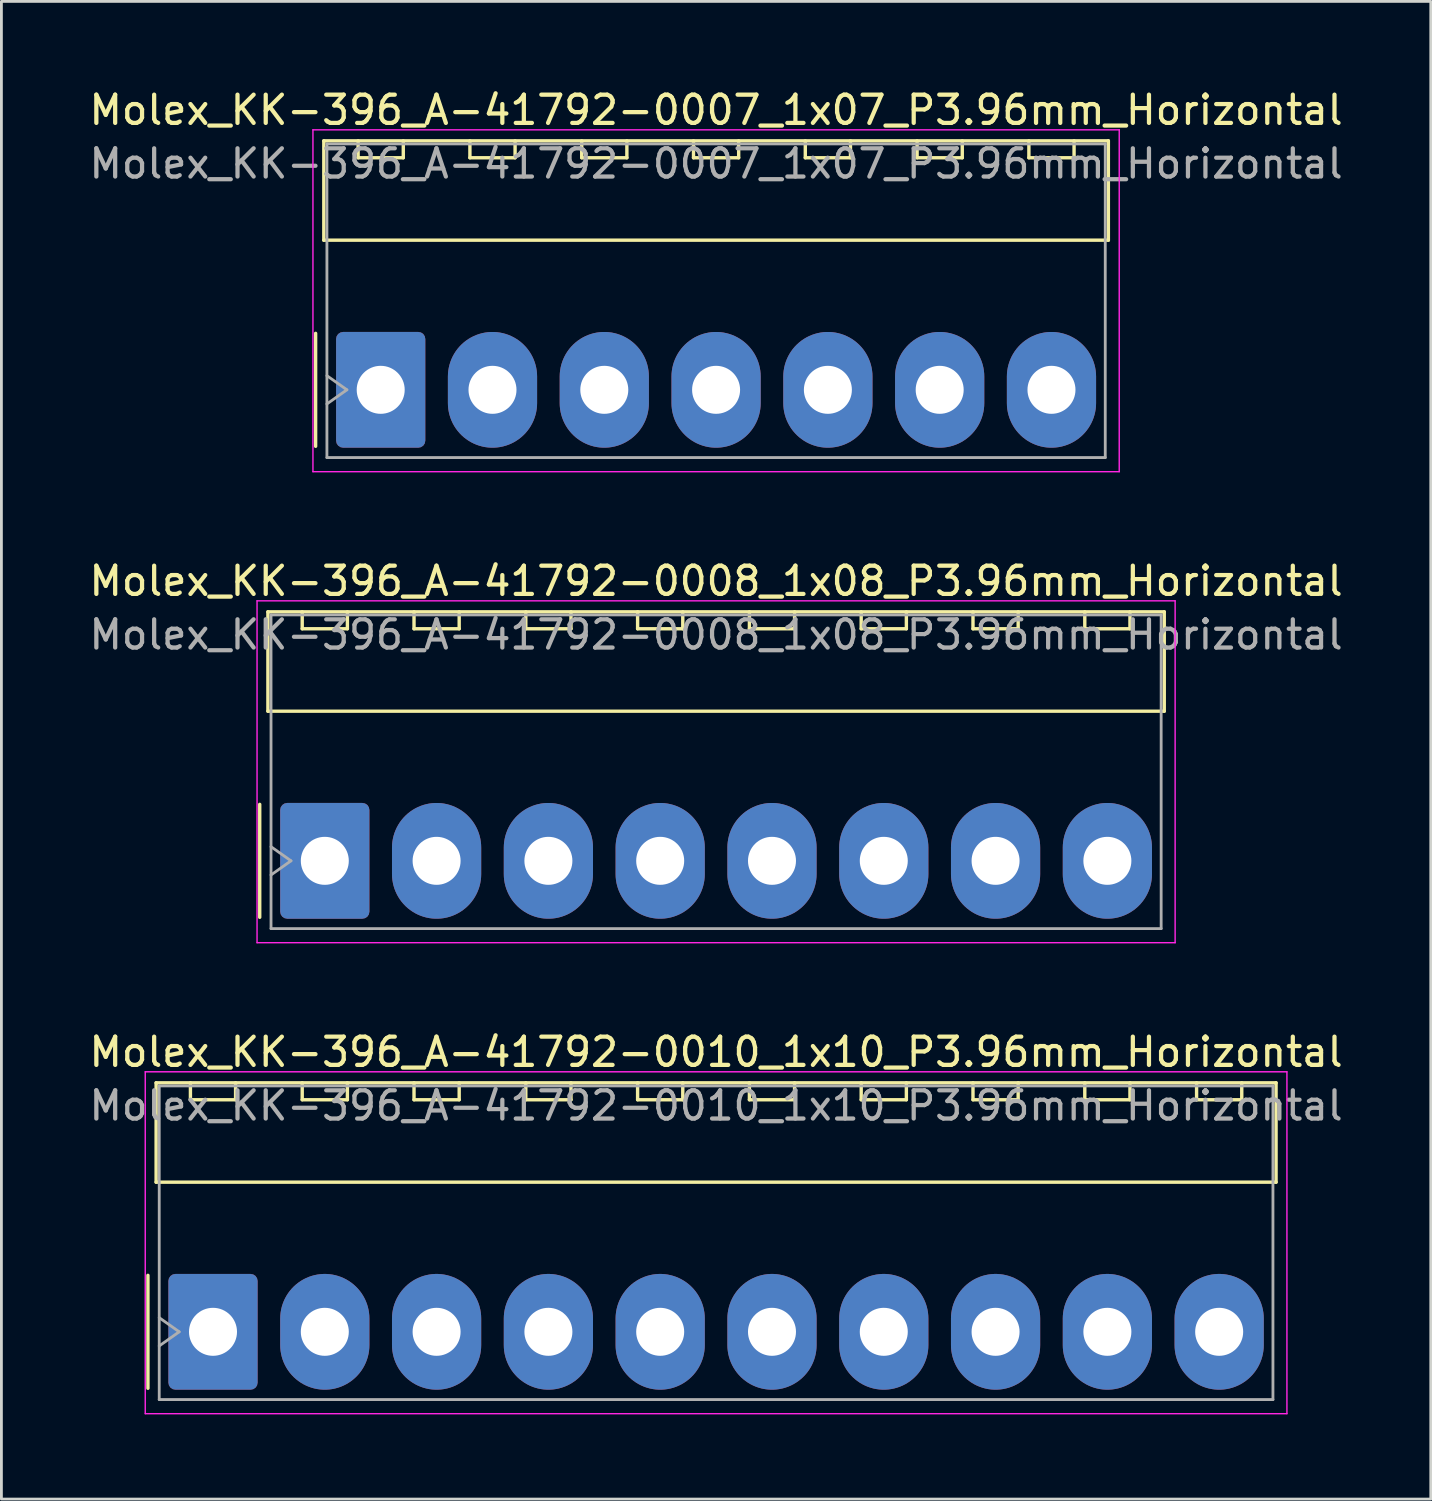
<source format=kicad_pcb>
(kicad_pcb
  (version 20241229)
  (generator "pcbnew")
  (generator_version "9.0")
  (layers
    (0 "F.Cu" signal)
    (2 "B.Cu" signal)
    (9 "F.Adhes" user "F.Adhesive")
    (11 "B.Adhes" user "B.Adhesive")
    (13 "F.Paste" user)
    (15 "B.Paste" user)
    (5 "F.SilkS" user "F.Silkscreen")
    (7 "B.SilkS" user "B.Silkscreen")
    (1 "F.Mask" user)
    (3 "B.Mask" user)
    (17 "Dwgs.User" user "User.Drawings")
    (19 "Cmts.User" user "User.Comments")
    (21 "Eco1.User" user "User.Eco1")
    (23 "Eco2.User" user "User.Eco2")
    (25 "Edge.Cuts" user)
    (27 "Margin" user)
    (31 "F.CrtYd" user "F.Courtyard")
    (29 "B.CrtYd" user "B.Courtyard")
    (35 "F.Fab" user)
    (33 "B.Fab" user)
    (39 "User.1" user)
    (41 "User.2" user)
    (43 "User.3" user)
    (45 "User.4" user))
  (footprint "Molex_KK-396_A-41792-0008_1x08_P3.96mm_Horizontal"
    (layer "F.Cu")
    (at 8.455 27.442)
    (property "Reference" "Molex_KK-396_A-41792-0008_1x08_P3.96mm_Horizontal" (at 13.86 -9.91 0) (layer "F.SilkS") (effects (font (size 1 1) (thickness 0.15))))
    (attr through_hole)
    (fp_line (start -2.305 -2) (end -2.305 2) (stroke (width 0.12) (type solid)) (layer "F.SilkS"))
    (fp_line (start -2.015 -8.82) (end 29.735 -8.82) (stroke (width 0.12) (type solid)) (layer "F.SilkS"))
    (fp_line (start -2.015 -5.3) (end -2.015 -8.82) (stroke (width 0.12) (type solid)) (layer "F.SilkS"))
    (fp_line (start -0.8 -8.82) (end -0.8 -8.22) (stroke (width 0.12) (type solid)) (layer "F.SilkS"))
    (fp_line (start -0.8 -8.22) (end 0.8 -8.22) (stroke (width 0.12) (type solid)) (layer "F.SilkS"))
    (fp_line (start 0.8 -8.22) (end 0.8 -8.82) (stroke (width 0.12) (type solid)) (layer "F.SilkS"))
    (fp_line (start 3.16 -8.82) (end 3.16 -8.22) (stroke (width 0.12) (type solid)) (layer "F.SilkS"))
    (fp_line (start 3.16 -8.22) (end 4.76 -8.22) (stroke (width 0.12) (type solid)) (layer "F.SilkS"))
    (fp_line (start 4.76 -8.22) (end 4.76 -8.82) (stroke (width 0.12) (type solid)) (layer "F.SilkS"))
    (fp_line (start 7.12 -8.82) (end 7.12 -8.22) (stroke (width 0.12) (type solid)) (layer "F.SilkS"))
    (fp_line (start 7.12 -8.22) (end 8.72 -8.22) (stroke (width 0.12) (type solid)) (layer "F.SilkS"))
    (fp_line (start 8.72 -8.22) (end 8.72 -8.82) (stroke (width 0.12) (type solid)) (layer "F.SilkS"))
    (fp_line (start 11.08 -8.82) (end 11.08 -8.22) (stroke (width 0.12) (type solid)) (layer "F.SilkS"))
    (fp_line (start 11.08 -8.22) (end 12.68 -8.22) (stroke (width 0.12) (type solid)) (layer "F.SilkS"))
    (fp_line (start 12.68 -8.22) (end 12.68 -8.82) (stroke (width 0.12) (type solid)) (layer "F.SilkS"))
    (fp_line (start 15.04 -8.82) (end 15.04 -8.22) (stroke (width 0.12) (type solid)) (layer "F.SilkS"))
    (fp_line (start 15.04 -8.22) (end 16.64 -8.22) (stroke (width 0.12) (type solid)) (layer "F.SilkS"))
    (fp_line (start 16.64 -8.22) (end 16.64 -8.82) (stroke (width 0.12) (type solid)) (layer "F.SilkS"))
    (fp_line (start 19 -8.82) (end 19 -8.22) (stroke (width 0.12) (type solid)) (layer "F.SilkS"))
    (fp_line (start 19 -8.22) (end 20.6 -8.22) (stroke (width 0.12) (type solid)) (layer "F.SilkS"))
    (fp_line (start 20.6 -8.22) (end 20.6 -8.82) (stroke (width 0.12) (type solid)) (layer "F.SilkS"))
    (fp_line (start 22.96 -8.82) (end 22.96 -8.22) (stroke (width 0.12) (type solid)) (layer "F.SilkS"))
    (fp_line (start 22.96 -8.22) (end 24.56 -8.22) (stroke (width 0.12) (type solid)) (layer "F.SilkS"))
    (fp_line (start 24.56 -8.22) (end 24.56 -8.82) (stroke (width 0.12) (type solid)) (layer "F.SilkS"))
    (fp_line (start 26.92 -8.82) (end 26.92 -8.22) (stroke (width 0.12) (type solid)) (layer "F.SilkS"))
    (fp_line (start 26.92 -8.22) (end 28.52 -8.22) (stroke (width 0.12) (type solid)) (layer "F.SilkS"))
    (fp_line (start 28.52 -8.22) (end 28.52 -8.82) (stroke (width 0.12) (type solid)) (layer "F.SilkS"))
    (fp_line (start 29.735 -8.82) (end 29.735 -5.3) (stroke (width 0.12) (type solid)) (layer "F.SilkS"))
    (fp_line (start 29.735 -5.3) (end -2.015 -5.3) (stroke (width 0.12) (type solid)) (layer "F.SilkS"))
    (fp_line (start -2.4 -9.21) (end -2.4 2.9) (stroke (width 0.05) (type solid)) (layer "F.CrtYd"))
    (fp_line (start -2.4 2.9) (end 30.12 2.9) (stroke (width 0.05) (type solid)) (layer "F.CrtYd"))
    (fp_line (start 30.12 -9.21) (end -2.4 -9.21) (stroke (width 0.05) (type solid)) (layer "F.CrtYd"))
    (fp_line (start 30.12 2.9) (end 30.12 -9.21) (stroke (width 0.05) (type solid)) (layer "F.CrtYd"))
    (fp_line (start -1.905 -8.71) (end 29.625 -8.71) (stroke (width 0.1) (type solid)) (layer "F.Fab"))
    (fp_line (start -1.905 -0.5) (end -1.198 0) (stroke (width 0.1) (type solid)) (layer "F.Fab"))
    (fp_line (start -1.905 2.4) (end -1.905 -8.71) (stroke (width 0.1) (type solid)) (layer "F.Fab"))
    (fp_line (start -1.198 0) (end -1.905 0.5) (stroke (width 0.1) (type solid)) (layer "F.Fab"))
    (fp_line (start 29.625 -8.71) (end 29.625 2.4) (stroke (width 0.1) (type solid)) (layer "F.Fab"))
    (fp_line (start 29.625 2.4) (end -1.905 2.4) (stroke (width 0.1) (type solid)) (layer "F.Fab"))
    (fp_text user "${REFERENCE}" (at 13.86 -8.01 0) (layer "F.Fab") (effects (font (size 1 1) (thickness 0.15))))
    (pad "1" thru_hole roundrect (at 0 0) (size 3.16 4.1) (drill 1.7) (layers "*.Cu" "*.Mask") (roundrect_rratio 0.079))
    (pad "2" thru_hole oval (at 3.96 0) (size 3.16 4.1) (drill 1.7) (layers "*.Cu" "*.Mask"))
    (pad "3" thru_hole oval (at 7.92 0) (size 3.16 4.1) (drill 1.7) (layers "*.Cu" "*.Mask"))
    (pad "4" thru_hole oval (at 11.88 0) (size 3.16 4.1) (drill 1.7) (layers "*.Cu" "*.Mask"))
    (pad "5" thru_hole oval (at 15.84 0) (size 3.16 4.1) (drill 1.7) (layers "*.Cu" "*.Mask"))
    (pad "6" thru_hole oval (at 19.8 0) (size 3.16 4.1) (drill 1.7) (layers "*.Cu" "*.Mask"))
    (pad "7" thru_hole oval (at 23.76 0) (size 3.16 4.1) (drill 1.7) (layers "*.Cu" "*.Mask"))
    (pad "8" thru_hole oval (at 27.72 0) (size 3.16 4.1) (drill 1.7) (layers "*.Cu" "*.Mask")))
  (footprint "Molex_KK-396_A-41792-0007_1x07_P3.96mm_Horizontal"
    (layer "F.Cu")
    (at 10.435 10.758)
    (property "Reference" "Molex_KK-396_A-41792-0007_1x07_P3.96mm_Horizontal" (at 11.88 -9.91 0) (layer "F.SilkS") (effects (font (size 1 1) (thickness 0.15))))
    (attr through_hole)
    (fp_line (start -2.305 -2) (end -2.305 2) (stroke (width 0.12) (type solid)) (layer "F.SilkS"))
    (fp_line (start -2.015 -8.82) (end 25.775 -8.82) (stroke (width 0.12) (type solid)) (layer "F.SilkS"))
    (fp_line (start -2.015 -5.3) (end -2.015 -8.82) (stroke (width 0.12) (type solid)) (layer "F.SilkS"))
    (fp_line (start -0.8 -8.82) (end -0.8 -8.22) (stroke (width 0.12) (type solid)) (layer "F.SilkS"))
    (fp_line (start -0.8 -8.22) (end 0.8 -8.22) (stroke (width 0.12) (type solid)) (layer "F.SilkS"))
    (fp_line (start 0.8 -8.22) (end 0.8 -8.82) (stroke (width 0.12) (type solid)) (layer "F.SilkS"))
    (fp_line (start 3.16 -8.82) (end 3.16 -8.22) (stroke (width 0.12) (type solid)) (layer "F.SilkS"))
    (fp_line (start 3.16 -8.22) (end 4.76 -8.22) (stroke (width 0.12) (type solid)) (layer "F.SilkS"))
    (fp_line (start 4.76 -8.22) (end 4.76 -8.82) (stroke (width 0.12) (type solid)) (layer "F.SilkS"))
    (fp_line (start 7.12 -8.82) (end 7.12 -8.22) (stroke (width 0.12) (type solid)) (layer "F.SilkS"))
    (fp_line (start 7.12 -8.22) (end 8.72 -8.22) (stroke (width 0.12) (type solid)) (layer "F.SilkS"))
    (fp_line (start 8.72 -8.22) (end 8.72 -8.82) (stroke (width 0.12) (type solid)) (layer "F.SilkS"))
    (fp_line (start 11.08 -8.82) (end 11.08 -8.22) (stroke (width 0.12) (type solid)) (layer "F.SilkS"))
    (fp_line (start 11.08 -8.22) (end 12.68 -8.22) (stroke (width 0.12) (type solid)) (layer "F.SilkS"))
    (fp_line (start 12.68 -8.22) (end 12.68 -8.82) (stroke (width 0.12) (type solid)) (layer "F.SilkS"))
    (fp_line (start 15.04 -8.82) (end 15.04 -8.22) (stroke (width 0.12) (type solid)) (layer "F.SilkS"))
    (fp_line (start 15.04 -8.22) (end 16.64 -8.22) (stroke (width 0.12) (type solid)) (layer "F.SilkS"))
    (fp_line (start 16.64 -8.22) (end 16.64 -8.82) (stroke (width 0.12) (type solid)) (layer "F.SilkS"))
    (fp_line (start 19 -8.82) (end 19 -8.22) (stroke (width 0.12) (type solid)) (layer "F.SilkS"))
    (fp_line (start 19 -8.22) (end 20.6 -8.22) (stroke (width 0.12) (type solid)) (layer "F.SilkS"))
    (fp_line (start 20.6 -8.22) (end 20.6 -8.82) (stroke (width 0.12) (type solid)) (layer "F.SilkS"))
    (fp_line (start 22.96 -8.82) (end 22.96 -8.22) (stroke (width 0.12) (type solid)) (layer "F.SilkS"))
    (fp_line (start 22.96 -8.22) (end 24.56 -8.22) (stroke (width 0.12) (type solid)) (layer "F.SilkS"))
    (fp_line (start 24.56 -8.22) (end 24.56 -8.82) (stroke (width 0.12) (type solid)) (layer "F.SilkS"))
    (fp_line (start 25.775 -8.82) (end 25.775 -5.3) (stroke (width 0.12) (type solid)) (layer "F.SilkS"))
    (fp_line (start 25.775 -5.3) (end -2.015 -5.3) (stroke (width 0.12) (type solid)) (layer "F.SilkS"))
    (fp_line (start -2.4 -9.21) (end -2.4 2.9) (stroke (width 0.05) (type solid)) (layer "F.CrtYd"))
    (fp_line (start -2.4 2.9) (end 26.16 2.9) (stroke (width 0.05) (type solid)) (layer "F.CrtYd"))
    (fp_line (start 26.16 -9.21) (end -2.4 -9.21) (stroke (width 0.05) (type solid)) (layer "F.CrtYd"))
    (fp_line (start 26.16 2.9) (end 26.16 -9.21) (stroke (width 0.05) (type solid)) (layer "F.CrtYd"))
    (fp_line (start -1.905 -8.71) (end 25.665 -8.71) (stroke (width 0.1) (type solid)) (layer "F.Fab"))
    (fp_line (start -1.905 -0.5) (end -1.198 0) (stroke (width 0.1) (type solid)) (layer "F.Fab"))
    (fp_line (start -1.905 2.4) (end -1.905 -8.71) (stroke (width 0.1) (type solid)) (layer "F.Fab"))
    (fp_line (start -1.198 0) (end -1.905 0.5) (stroke (width 0.1) (type solid)) (layer "F.Fab"))
    (fp_line (start 25.665 -8.71) (end 25.665 2.4) (stroke (width 0.1) (type solid)) (layer "F.Fab"))
    (fp_line (start 25.665 2.4) (end -1.905 2.4) (stroke (width 0.1) (type solid)) (layer "F.Fab"))
    (fp_text user "${REFERENCE}" (at 11.88 -8.01 0) (layer "F.Fab") (effects (font (size 1 1) (thickness 0.15))))
    (pad "1" thru_hole roundrect (at 0 0) (size 3.16 4.1) (drill 1.7) (layers "*.Cu" "*.Mask") (roundrect_rratio 0.079))
    (pad "2" thru_hole oval (at 3.96 0) (size 3.16 4.1) (drill 1.7) (layers "*.Cu" "*.Mask"))
    (pad "3" thru_hole oval (at 7.92 0) (size 3.16 4.1) (drill 1.7) (layers "*.Cu" "*.Mask"))
    (pad "4" thru_hole oval (at 11.88 0) (size 3.16 4.1) (drill 1.7) (layers "*.Cu" "*.Mask"))
    (pad "5" thru_hole oval (at 15.84 0) (size 3.16 4.1) (drill 1.7) (layers "*.Cu" "*.Mask"))
    (pad "6" thru_hole oval (at 19.8 0) (size 3.16 4.1) (drill 1.7) (layers "*.Cu" "*.Mask"))
    (pad "7" thru_hole oval (at 23.76 0) (size 3.16 4.1) (drill 1.7) (layers "*.Cu" "*.Mask")))
  (footprint "Molex_KK-396_A-41792-0010_1x10_P3.96mm_Horizontal"
    (layer "F.Cu")
    (at 4.495 44.125)
    (property "Reference" "Molex_KK-396_A-41792-0010_1x10_P3.96mm_Horizontal" (at 17.82 -9.91 0) (layer "F.SilkS") (effects (font (size 1 1) (thickness 0.15))))
    (attr through_hole)
    (fp_line (start -2.305 -2) (end -2.305 2) (stroke (width 0.12) (type solid)) (layer "F.SilkS"))
    (fp_line (start -2.015 -8.82) (end 37.655 -8.82) (stroke (width 0.12) (type solid)) (layer "F.SilkS"))
    (fp_line (start -2.015 -5.3) (end -2.015 -8.82) (stroke (width 0.12) (type solid)) (layer "F.SilkS"))
    (fp_line (start -0.8 -8.82) (end -0.8 -8.22) (stroke (width 0.12) (type solid)) (layer "F.SilkS"))
    (fp_line (start -0.8 -8.22) (end 0.8 -8.22) (stroke (width 0.12) (type solid)) (layer "F.SilkS"))
    (fp_line (start 0.8 -8.22) (end 0.8 -8.82) (stroke (width 0.12) (type solid)) (layer "F.SilkS"))
    (fp_line (start 3.16 -8.82) (end 3.16 -8.22) (stroke (width 0.12) (type solid)) (layer "F.SilkS"))
    (fp_line (start 3.16 -8.22) (end 4.76 -8.22) (stroke (width 0.12) (type solid)) (layer "F.SilkS"))
    (fp_line (start 4.76 -8.22) (end 4.76 -8.82) (stroke (width 0.12) (type solid)) (layer "F.SilkS"))
    (fp_line (start 7.12 -8.82) (end 7.12 -8.22) (stroke (width 0.12) (type solid)) (layer "F.SilkS"))
    (fp_line (start 7.12 -8.22) (end 8.72 -8.22) (stroke (width 0.12) (type solid)) (layer "F.SilkS"))
    (fp_line (start 8.72 -8.22) (end 8.72 -8.82) (stroke (width 0.12) (type solid)) (layer "F.SilkS"))
    (fp_line (start 11.08 -8.82) (end 11.08 -8.22) (stroke (width 0.12) (type solid)) (layer "F.SilkS"))
    (fp_line (start 11.08 -8.22) (end 12.68 -8.22) (stroke (width 0.12) (type solid)) (layer "F.SilkS"))
    (fp_line (start 12.68 -8.22) (end 12.68 -8.82) (stroke (width 0.12) (type solid)) (layer "F.SilkS"))
    (fp_line (start 15.04 -8.82) (end 15.04 -8.22) (stroke (width 0.12) (type solid)) (layer "F.SilkS"))
    (fp_line (start 15.04 -8.22) (end 16.64 -8.22) (stroke (width 0.12) (type solid)) (layer "F.SilkS"))
    (fp_line (start 16.64 -8.22) (end 16.64 -8.82) (stroke (width 0.12) (type solid)) (layer "F.SilkS"))
    (fp_line (start 19 -8.82) (end 19 -8.22) (stroke (width 0.12) (type solid)) (layer "F.SilkS"))
    (fp_line (start 19 -8.22) (end 20.6 -8.22) (stroke (width 0.12) (type solid)) (layer "F.SilkS"))
    (fp_line (start 20.6 -8.22) (end 20.6 -8.82) (stroke (width 0.12) (type solid)) (layer "F.SilkS"))
    (fp_line (start 22.96 -8.82) (end 22.96 -8.22) (stroke (width 0.12) (type solid)) (layer "F.SilkS"))
    (fp_line (start 22.96 -8.22) (end 24.56 -8.22) (stroke (width 0.12) (type solid)) (layer "F.SilkS"))
    (fp_line (start 24.56 -8.22) (end 24.56 -8.82) (stroke (width 0.12) (type solid)) (layer "F.SilkS"))
    (fp_line (start 26.92 -8.82) (end 26.92 -8.22) (stroke (width 0.12) (type solid)) (layer "F.SilkS"))
    (fp_line (start 26.92 -8.22) (end 28.52 -8.22) (stroke (width 0.12) (type solid)) (layer "F.SilkS"))
    (fp_line (start 28.52 -8.22) (end 28.52 -8.82) (stroke (width 0.12) (type solid)) (layer "F.SilkS"))
    (fp_line (start 30.88 -8.82) (end 30.88 -8.22) (stroke (width 0.12) (type solid)) (layer "F.SilkS"))
    (fp_line (start 30.88 -8.22) (end 32.48 -8.22) (stroke (width 0.12) (type solid)) (layer "F.SilkS"))
    (fp_line (start 32.48 -8.22) (end 32.48 -8.82) (stroke (width 0.12) (type solid)) (layer "F.SilkS"))
    (fp_line (start 34.84 -8.82) (end 34.84 -8.22) (stroke (width 0.12) (type solid)) (layer "F.SilkS"))
    (fp_line (start 34.84 -8.22) (end 36.44 -8.22) (stroke (width 0.12) (type solid)) (layer "F.SilkS"))
    (fp_line (start 36.44 -8.22) (end 36.44 -8.82) (stroke (width 0.12) (type solid)) (layer "F.SilkS"))
    (fp_line (start 37.655 -8.82) (end 37.655 -5.3) (stroke (width 0.12) (type solid)) (layer "F.SilkS"))
    (fp_line (start 37.655 -5.3) (end -2.015 -5.3) (stroke (width 0.12) (type solid)) (layer "F.SilkS"))
    (fp_line (start -2.4 -9.21) (end -2.4 2.9) (stroke (width 0.05) (type solid)) (layer "F.CrtYd"))
    (fp_line (start -2.4 2.9) (end 38.04 2.9) (stroke (width 0.05) (type solid)) (layer "F.CrtYd"))
    (fp_line (start 38.04 -9.21) (end -2.4 -9.21) (stroke (width 0.05) (type solid)) (layer "F.CrtYd"))
    (fp_line (start 38.04 2.9) (end 38.04 -9.21) (stroke (width 0.05) (type solid)) (layer "F.CrtYd"))
    (fp_line (start -1.905 -8.71) (end 37.545 -8.71) (stroke (width 0.1) (type solid)) (layer "F.Fab"))
    (fp_line (start -1.905 -0.5) (end -1.198 0) (stroke (width 0.1) (type solid)) (layer "F.Fab"))
    (fp_line (start -1.905 2.4) (end -1.905 -8.71) (stroke (width 0.1) (type solid)) (layer "F.Fab"))
    (fp_line (start -1.198 0) (end -1.905 0.5) (stroke (width 0.1) (type solid)) (layer "F.Fab"))
    (fp_line (start 37.545 -8.71) (end 37.545 2.4) (stroke (width 0.1) (type solid)) (layer "F.Fab"))
    (fp_line (start 37.545 2.4) (end -1.905 2.4) (stroke (width 0.1) (type solid)) (layer "F.Fab"))
    (fp_text user "${REFERENCE}" (at 17.82 -8.01 0) (layer "F.Fab") (effects (font (size 1 1) (thickness 0.15))))
    (pad "1" thru_hole roundrect (at 0 0) (size 3.16 4.1) (drill 1.7) (layers "*.Cu" "*.Mask") (roundrect_rratio 0.079))
    (pad "2" thru_hole oval (at 3.96 0) (size 3.16 4.1) (drill 1.7) (layers "*.Cu" "*.Mask"))
    (pad "3" thru_hole oval (at 7.92 0) (size 3.16 4.1) (drill 1.7) (layers "*.Cu" "*.Mask"))
    (pad "4" thru_hole oval (at 11.88 0) (size 3.16 4.1) (drill 1.7) (layers "*.Cu" "*.Mask"))
    (pad "5" thru_hole oval (at 15.84 0) (size 3.16 4.1) (drill 1.7) (layers "*.Cu" "*.Mask"))
    (pad "6" thru_hole oval (at 19.8 0) (size 3.16 4.1) (drill 1.7) (layers "*.Cu" "*.Mask"))
    (pad "7" thru_hole oval (at 23.76 0) (size 3.16 4.1) (drill 1.7) (layers "*.Cu" "*.Mask"))
    (pad "8" thru_hole oval (at 27.72 0) (size 3.16 4.1) (drill 1.7) (layers "*.Cu" "*.Mask"))
    (pad "9" thru_hole oval (at 31.68 0) (size 3.16 4.1) (drill 1.7) (layers "*.Cu" "*.Mask"))
    (pad "10" thru_hole oval (at 35.64 0) (size 3.16 4.1) (drill 1.7) (layers "*.Cu" "*.Mask")))
  (gr_rect
    (start -3 -3)
    (end 47.631 50.05)
    (stroke (width 0.1) (type default))
    (fill no)
    (layer "Edge.Cuts")))
</source>
